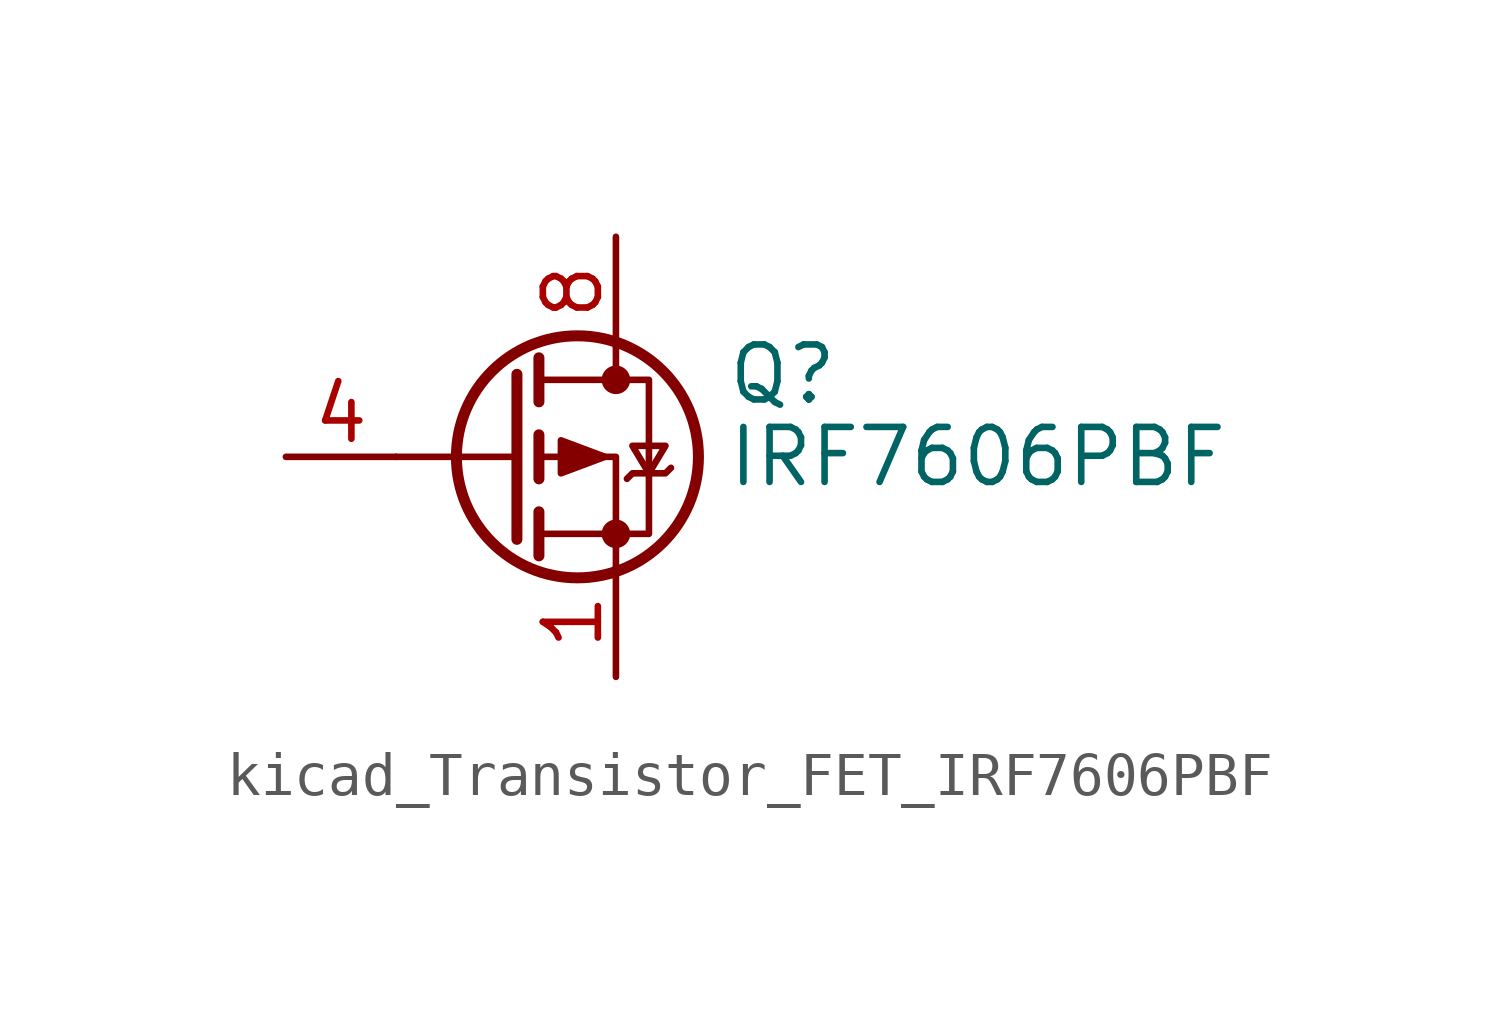
<source format=kicad_sym>
(kicad_symbol_lib
  (version 20220914)
  (generator kicad_symbol_editor)
  (symbol "kicad_Transistor_FET_IRF7606PBF"
    (pin_names hide)
    (property "Reference" "Q"
      (at 5.08 1.905 0)
      (effects (font (size 1.27 1.27)) (justify left)))
    (property "Value" "IRF7606PBF"
      (at 5.08 0 0)
      (effects (font (size 1.27 1.27)) (justify left)))
    (symbol "kicad_Transistor_FET_IRF7606PBF_0_1"
      (polyline (pts (xy 0.254 0) (xy -2.54 0)) (stroke (width 0) (type default)) (fill (type none)))
      (polyline (pts (xy 0.254 1.905) (xy 0.254 -1.905)) (stroke (width 0.254) (type default)) (fill (type none)))
      (polyline (pts (xy 0.762 -1.27) (xy 0.762 -2.286)) (stroke (width 0.254) (type default)) (fill (type none)))
      (polyline (pts (xy 0.762 0.508) (xy 0.762 -0.508)) (stroke (width 0.254) (type default)) (fill (type none)))
      (polyline (pts (xy 0.762 2.286) (xy 0.762 1.27)) (stroke (width 0.254) (type default)) (fill (type none)))
      (polyline (pts (xy 2.54 2.54) (xy 2.54 1.778)) (stroke (width 0) (type default)) (fill (type none)))
      (polyline (pts (xy 2.54 -2.54) (xy 2.54 0) (xy 0.762 0)) (stroke (width 0) (type default)) (fill (type none)))
      (polyline (pts (xy 0.762 1.778) (xy 3.302 1.778) (xy 3.302 -1.778) (xy 0.762 -1.778)) (stroke (width 0) (type default)) (fill (type none)))
      (polyline (pts (xy 2.286 0) (xy 1.27 0.381) (xy 1.27 -0.381) (xy 2.286 0)) (stroke (width 0) (type default)) (fill (type outline)))
      (polyline (pts (xy 2.794 -0.508) (xy 2.921 -0.381) (xy 3.683 -0.381) (xy 3.81 -0.254)) (stroke (width 0) (type default)) (fill (type none)))
      (polyline (pts (xy 3.302 -0.381) (xy 2.921 0.254) (xy 3.683 0.254) (xy 3.302 -0.381)) (stroke (width 0) (type default)) (fill (type none)))
      (circle (center 1.651 0) (radius 2.794) (stroke (width 0.254) (type default)) (fill (type none)))
      (circle (center 2.54 -1.778) (radius 0.254) (stroke (width 0) (type default)) (fill (type outline)))
      (circle (center 2.54 1.778) (radius 0.254) (stroke (width 0) (type default)) (fill (type outline))))
    (symbol "kicad_Transistor_FET_IRF7606PBF_1_1"
      (pin passive line (at 2.54 -5.08 90) (length 2.54) (name "S" (effects (font (size 1.27 1.27)))) (number "1" (effects (font (size 1.27 1.27)))))
      (pin passive line (at 2.54 -5.08 90) (length 2.54) hide (name "S" (effects (font (size 1.27 1.27)))) (number "2" (effects (font (size 1.27 1.27)))))
      (pin passive line (at 2.54 -5.08 90) (length 2.54) hide (name "S" (effects (font (size 1.27 1.27)))) (number "3" (effects (font (size 1.27 1.27)))))
      (pin passive line (at -5.08 0 0) (length 2.54) (name "G" (effects (font (size 1.27 1.27)))) (number "4" (effects (font (size 1.27 1.27)))))
      (pin passive line (at 2.54 5.08 270) (length 2.54) hide (name "D" (effects (font (size 1.27 1.27)))) (number "5" (effects (font (size 1.27 1.27)))))
      (pin passive line (at 2.54 5.08 270) (length 2.54) hide (name "D" (effects (font (size 1.27 1.27)))) (number "6" (effects (font (size 1.27 1.27)))))
      (pin passive line (at 2.54 5.08 270) (length 2.54) hide (name "D" (effects (font (size 1.27 1.27)))) (number "7" (effects (font (size 1.27 1.27)))))
      (pin passive line (at 2.54 5.08 270) (length 2.54) (name "D" (effects (font (size 1.27 1.27)))) (number "8" (effects (font (size 1.27 1.27))))))))
</source>
